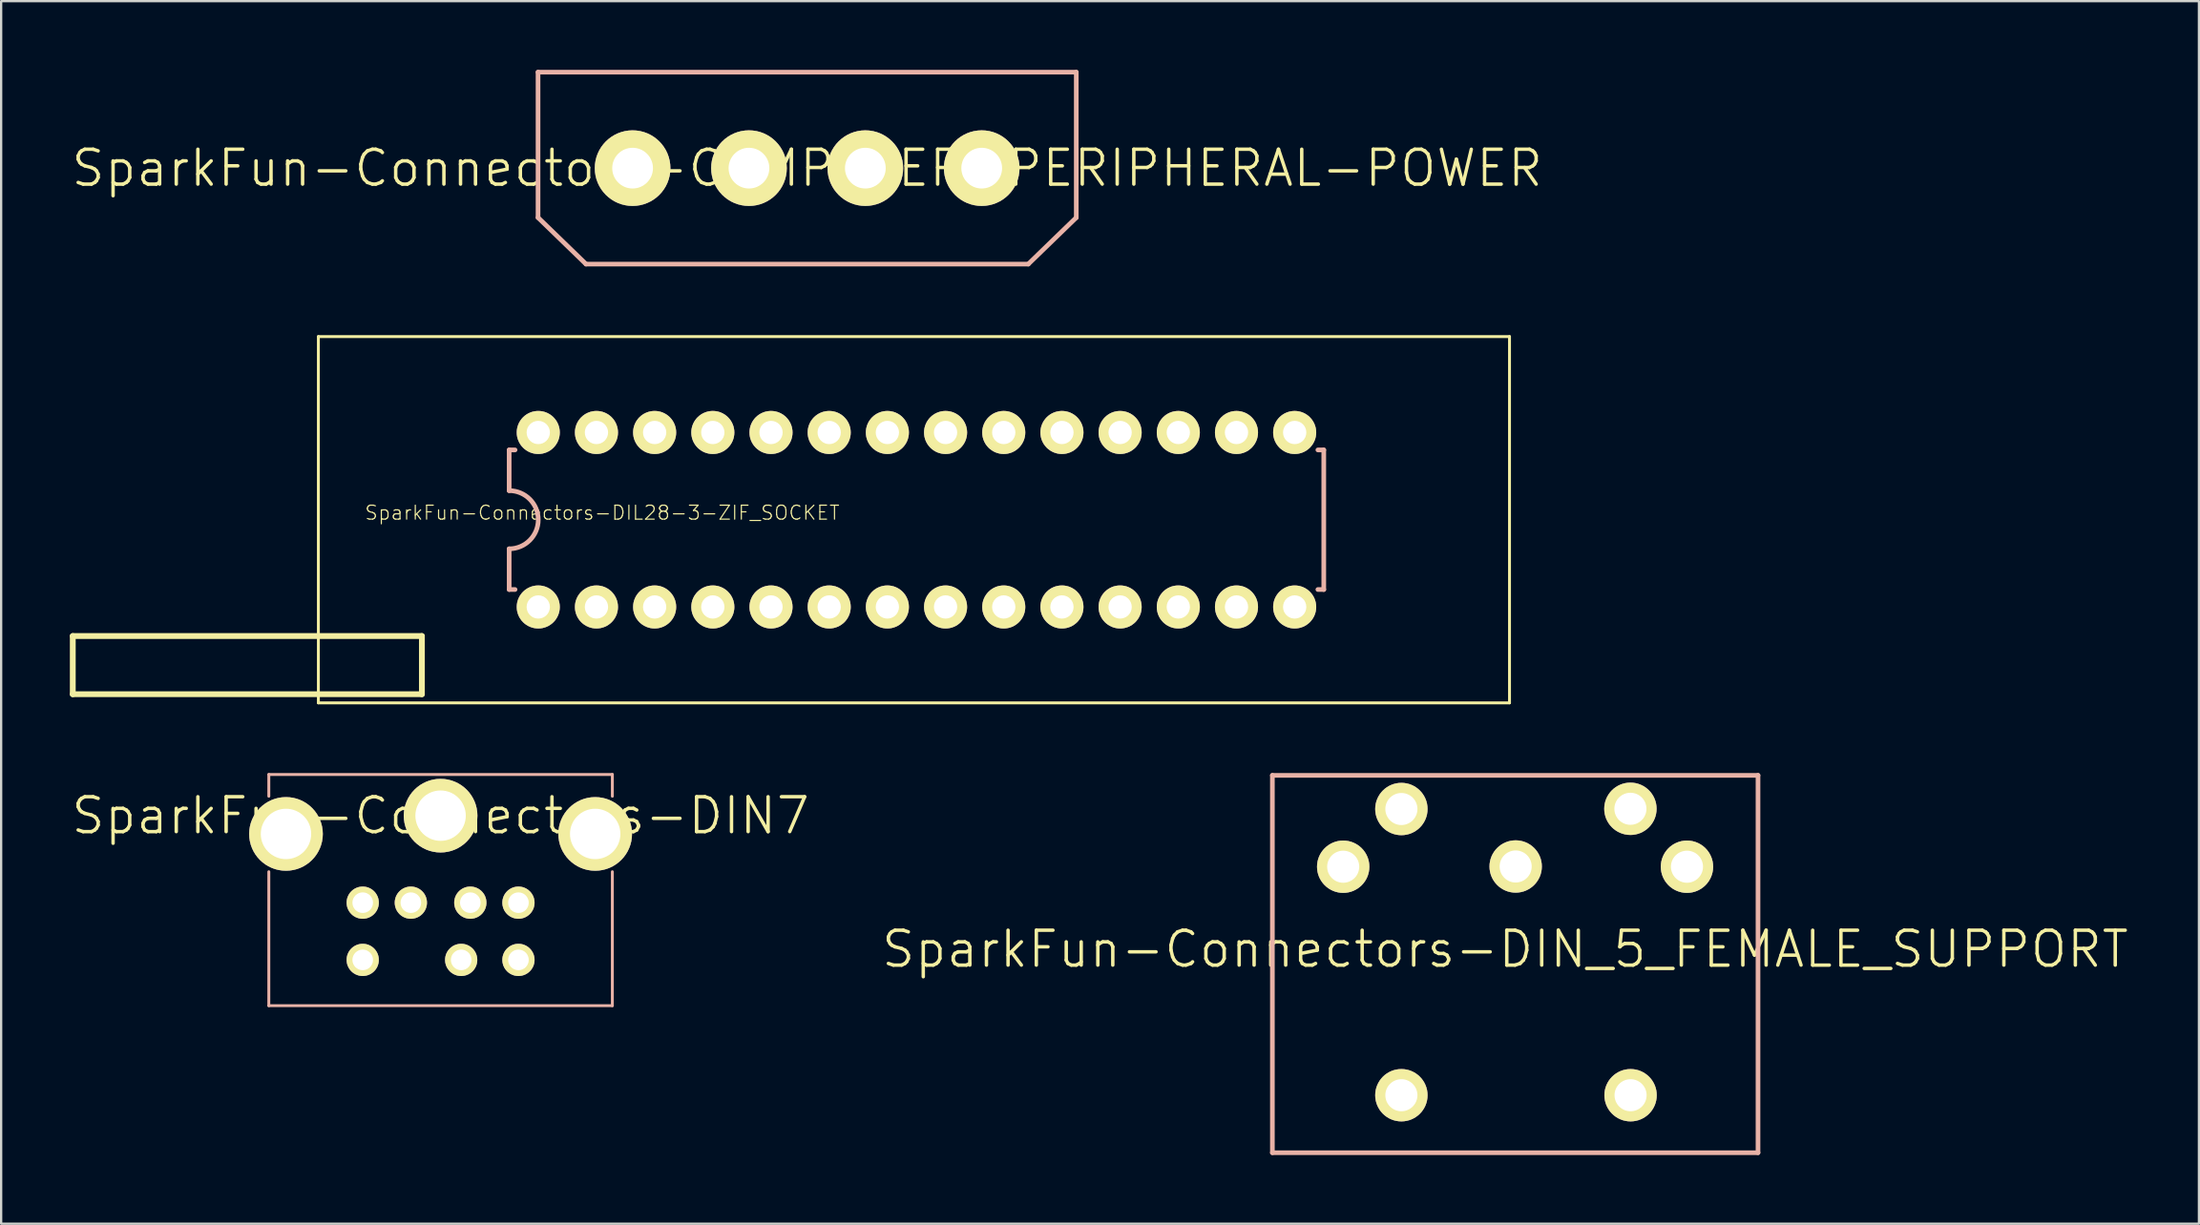
<source format=kicad_pcb>
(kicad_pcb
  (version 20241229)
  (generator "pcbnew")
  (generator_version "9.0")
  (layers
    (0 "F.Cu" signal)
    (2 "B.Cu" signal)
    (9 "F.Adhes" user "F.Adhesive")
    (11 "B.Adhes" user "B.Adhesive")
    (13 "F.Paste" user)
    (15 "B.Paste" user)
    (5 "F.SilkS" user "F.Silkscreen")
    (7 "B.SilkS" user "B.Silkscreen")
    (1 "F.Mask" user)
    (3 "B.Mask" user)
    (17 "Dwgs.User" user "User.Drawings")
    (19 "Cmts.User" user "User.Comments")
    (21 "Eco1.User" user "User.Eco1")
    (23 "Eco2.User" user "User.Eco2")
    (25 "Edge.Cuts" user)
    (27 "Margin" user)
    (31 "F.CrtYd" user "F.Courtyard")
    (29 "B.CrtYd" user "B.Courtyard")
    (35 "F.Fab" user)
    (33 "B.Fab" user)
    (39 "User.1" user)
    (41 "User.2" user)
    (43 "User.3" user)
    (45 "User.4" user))
  (footprint "SparkFun-Connectors-DIN7"
    (layer "F.Cu")
    (at 16.183 32.571)
    (property "Reference" "SparkFun-Connectors-DIN7" (at 0 0 0) (layer "F.SilkS") (effects (font (size 1.524 1.524) (thickness 0.15))))
    (attr exclude_from_pos_files exclude_from_bom)
    (fp_line (start -7.498 -1.798) (end -7.498 -0.848) (stroke (width 0.127) (type solid)) (layer "B.SilkS"))
    (fp_line (start -7.498 -1.798) (end 7.498 -1.798) (stroke (width 0.127) (type solid)) (layer "B.SilkS"))
    (fp_line (start -7.498 8.298) (end -7.498 2.449) (stroke (width 0.127) (type solid)) (layer "B.SilkS"))
    (fp_line (start -7.498 8.298) (end 7.498 8.298) (stroke (width 0.127) (type solid)) (layer "B.SilkS"))
    (fp_line (start 7.498 -1.798) (end 7.498 -0.848) (stroke (width 0.127) (type solid)) (layer "B.SilkS"))
    (fp_line (start 7.498 8.298) (end 7.498 2.449) (stroke (width 0.127) (type solid)) (layer "B.SilkS"))
    (pad "1" thru_hole circle (at 1.298 3.8) (size 1.407 1.407) (drill 0.899) (layers "*.Cu" "F.Mask" "F.SilkS" "F.Paste"))
    (pad "2" thru_hole circle (at -1.298 3.8) (size 1.407 1.407) (drill 0.899) (layers "*.Cu" "F.Mask" "F.SilkS" "F.Paste"))
    (pad "3" thru_hole circle (at -3.399 3.8) (size 1.407 1.407) (drill 0.899) (layers "*.Cu" "F.Mask" "F.SilkS" "F.Paste"))
    (pad "4" thru_hole circle (at 3.399 3.8) (size 1.407 1.407) (drill 0.899) (layers "*.Cu" "F.Mask" "F.SilkS" "F.Paste"))
    (pad "5" thru_hole circle (at -3.399 6.299) (size 1.407 1.407) (drill 0.899) (layers "*.Cu" "F.Mask" "F.SilkS" "F.Paste"))
    (pad "6" thru_hole circle (at 0.899 6.299) (size 1.407 1.407) (drill 0.899) (layers "*.Cu" "F.Mask" "F.SilkS" "F.Paste"))
    (pad "7" thru_hole circle (at 3.399 6.299) (size 1.407 1.407) (drill 0.899) (layers "*.Cu" "F.Mask" "F.SilkS" "F.Paste"))
    (pad "P$1" thru_hole circle (at 0 0) (size 3.216 3.216) (drill 2.2) (layers "*.Cu" "F.Mask" "F.SilkS" "F.Paste"))
    (pad "P$2" thru_hole circle (at -6.749 0.798) (size 3.216 3.216) (drill 2.2) (layers "*.Cu" "F.Mask" "F.SilkS" "F.Paste"))
    (pad "P$3" thru_hole circle (at 6.749 0.798) (size 3.216 3.216) (drill 2.2) (layers "*.Cu" "F.Mask" "F.SilkS" "F.Paste")))
  (footprint "SparkFun-Connectors-COMPUTER-PERIPHERAL-POWER"
    (layer "F.Cu")
    (at 32.185 4.293)
    (property "Reference" "SparkFun-Connectors-COMPUTER-PERIPHERAL-POWER" (at 0 0 0) (layer "F.SilkS") (effects (font (size 1.524 1.524) (thickness 0.15))))
    (attr exclude_from_pos_files exclude_from_bom)
    (fp_line (start -11.748 -4.191) (end 11.748 -4.191) (stroke (width 0.203) (type solid)) (layer "B.SilkS"))
    (fp_line (start -11.748 2.159) (end -11.748 -4.191) (stroke (width 0.203) (type solid)) (layer "B.SilkS"))
    (fp_line (start -9.652 4.191) (end -11.748 2.159) (stroke (width 0.203) (type solid)) (layer "B.SilkS"))
    (fp_line (start 9.652 4.191) (end -9.652 4.191) (stroke (width 0.203) (type solid)) (layer "B.SilkS"))
    (fp_line (start 11.748 -4.191) (end 11.748 2.159) (stroke (width 0.203) (type solid)) (layer "B.SilkS"))
    (fp_line (start 11.748 2.159) (end 9.652 4.191) (stroke (width 0.203) (type solid)) (layer "B.SilkS"))
    (pad "5V" thru_hole circle (at 7.62 0) (size 3.302 3.302) (drill 1.778) (layers "*.Cu" "F.Mask" "F.SilkS" "F.Paste"))
    (pad "12V" thru_hole circle (at -7.62 0) (size 3.302 3.302) (drill 1.778) (layers "*.Cu" "F.Mask" "F.SilkS" "F.Paste"))
    (pad "GND" thru_hole circle (at 2.54 0) (size 3.302 3.302) (drill 1.778) (layers "*.Cu" "F.Mask" "F.SilkS" "F.Paste"))
    (pad "NC" thru_hole circle (at -2.54 0) (size 3.302 3.302) (drill 1.778) (layers "*.Cu" "F.Mask" "F.SilkS" "F.Paste")))
  (footprint "SparkFun-Connectors-DIL28-3-ZIF_SOCKET"
    (layer "F.Cu")
    (at 36.957 19.647)
    (property "Reference" "SparkFun-Connectors-DIL28-3-ZIF_SOCKET" (at -13.716 -0.305 0) (layer "F.SilkS") (effects (font (size 0.61 0.61) (thickness 0.051))))
    (attr exclude_from_pos_files exclude_from_bom)
    (fp_line (start -36.83 5.08) (end -36.83 7.62) (stroke (width 0.254) (type solid)) (layer "F.SilkS"))
    (fp_line (start -36.83 7.62) (end -21.59 7.62) (stroke (width 0.254) (type solid)) (layer "F.SilkS"))
    (fp_line (start -26.109 -7.998) (end -26.109 7.998) (stroke (width 0.127) (type solid)) (layer "F.SilkS"))
    (fp_line (start -26.109 7.998) (end 25.888 7.998) (stroke (width 0.127) (type solid)) (layer "F.SilkS"))
    (fp_line (start -21.59 5.08) (end -36.83 5.08) (stroke (width 0.254) (type solid)) (layer "F.SilkS"))
    (fp_line (start -21.59 7.62) (end -21.59 5.08) (stroke (width 0.254) (type solid)) (layer "F.SilkS"))
    (fp_line (start 25.888 -7.998) (end -26.109 -7.998) (stroke (width 0.127) (type solid)) (layer "F.SilkS"))
    (fp_line (start 25.888 7.998) (end 25.888 -7.998) (stroke (width 0.127) (type solid)) (layer "F.SilkS"))
    (fp_line (start -17.78 -3.048) (end -17.78 -1.27) (stroke (width 0.203) (type solid)) (layer "B.SilkS"))
    (fp_line (start -17.78 -3.048) (end -17.523 -3.048) (stroke (width 0.203) (type solid)) (layer "B.SilkS"))
    (fp_line (start -17.78 1.27) (end -17.78 3.048) (stroke (width 0.203) (type solid)) (layer "B.SilkS"))
    (fp_line (start -17.78 3.048) (end -17.523 3.048) (stroke (width 0.203) (type solid)) (layer "B.SilkS"))
    (fp_line (start 17.78 -3.048) (end 17.523 -3.048) (stroke (width 0.203) (type solid)) (layer "B.SilkS"))
    (fp_line (start 17.78 3.048) (end 17.523 3.048) (stroke (width 0.203) (type solid)) (layer "B.SilkS"))
    (fp_line (start 17.78 3.048) (end 17.78 -3.048) (stroke (width 0.203) (type solid)) (layer "B.SilkS"))
    (fp_arc (start -17.78 -1.27) (mid -16.51 0) (end -17.78 1.27) (stroke (width 0.2032) (type solid)) (layer "B.SilkS"))
    (pad "1" thru_hole circle (at -16.51 3.81) (size 1.88 1.88) (drill 1.016) (layers "*.Cu" "F.Mask" "F.SilkS" "F.Paste"))
    (pad "2" thru_hole circle (at -13.97 3.81) (size 1.88 1.88) (drill 1.016) (layers "*.Cu" "F.Mask" "F.SilkS" "F.Paste"))
    (pad "3" thru_hole circle (at -11.43 3.81) (size 1.88 1.88) (drill 1.016) (layers "*.Cu" "F.Mask" "F.SilkS" "F.Paste"))
    (pad "4" thru_hole circle (at -8.89 3.81) (size 1.88 1.88) (drill 1.016) (layers "*.Cu" "F.Mask" "F.SilkS" "F.Paste"))
    (pad "5" thru_hole circle (at -6.35 3.81) (size 1.88 1.88) (drill 1.016) (layers "*.Cu" "F.Mask" "F.SilkS" "F.Paste"))
    (pad "6" thru_hole circle (at -3.81 3.81) (size 1.88 1.88) (drill 1.016) (layers "*.Cu" "F.Mask" "F.SilkS" "F.Paste"))
    (pad "7" thru_hole circle (at -1.27 3.81) (size 1.88 1.88) (drill 1.016) (layers "*.Cu" "F.Mask" "F.SilkS" "F.Paste"))
    (pad "8" thru_hole circle (at 1.27 3.81) (size 1.88 1.88) (drill 1.016) (layers "*.Cu" "F.Mask" "F.SilkS" "F.Paste"))
    (pad "9" thru_hole circle (at 3.81 3.81) (size 1.88 1.88) (drill 1.016) (layers "*.Cu" "F.Mask" "F.SilkS" "F.Paste"))
    (pad "10" thru_hole circle (at 6.35 3.81) (size 1.88 1.88) (drill 1.016) (layers "*.Cu" "F.Mask" "F.SilkS" "F.Paste"))
    (pad "11" thru_hole circle (at 8.89 3.81) (size 1.88 1.88) (drill 1.016) (layers "*.Cu" "F.Mask" "F.SilkS" "F.Paste"))
    (pad "12" thru_hole circle (at 11.43 3.81) (size 1.88 1.88) (drill 1.016) (layers "*.Cu" "F.Mask" "F.SilkS" "F.Paste"))
    (pad "13" thru_hole circle (at 13.97 3.81) (size 1.88 1.88) (drill 1.016) (layers "*.Cu" "F.Mask" "F.SilkS" "F.Paste"))
    (pad "14" thru_hole circle (at 16.51 3.81) (size 1.88 1.88) (drill 1.016) (layers "*.Cu" "F.Mask" "F.SilkS" "F.Paste"))
    (pad "15" thru_hole circle (at 16.51 -3.81) (size 1.88 1.88) (drill 1.016) (layers "*.Cu" "F.Mask" "F.SilkS" "F.Paste"))
    (pad "16" thru_hole circle (at 13.97 -3.81) (size 1.88 1.88) (drill 1.016) (layers "*.Cu" "F.Mask" "F.SilkS" "F.Paste"))
    (pad "17" thru_hole circle (at 11.43 -3.81) (size 1.88 1.88) (drill 1.016) (layers "*.Cu" "F.Mask" "F.SilkS" "F.Paste"))
    (pad "18" thru_hole circle (at 8.89 -3.81) (size 1.88 1.88) (drill 1.016) (layers "*.Cu" "F.Mask" "F.SilkS" "F.Paste"))
    (pad "19" thru_hole circle (at 6.35 -3.81) (size 1.88 1.88) (drill 1.016) (layers "*.Cu" "F.Mask" "F.SilkS" "F.Paste"))
    (pad "20" thru_hole circle (at 3.81 -3.81) (size 1.88 1.88) (drill 1.016) (layers "*.Cu" "F.Mask" "F.SilkS" "F.Paste"))
    (pad "21" thru_hole circle (at 1.27 -3.81) (size 1.88 1.88) (drill 1.016) (layers "*.Cu" "F.Mask" "F.SilkS" "F.Paste"))
    (pad "22" thru_hole circle (at -1.27 -3.81) (size 1.88 1.88) (drill 1.016) (layers "*.Cu" "F.Mask" "F.SilkS" "F.Paste"))
    (pad "23" thru_hole circle (at -3.81 -3.81) (size 1.88 1.88) (drill 1.016) (layers "*.Cu" "F.Mask" "F.SilkS" "F.Paste"))
    (pad "24" thru_hole circle (at -6.35 -3.81) (size 1.88 1.88) (drill 1.016) (layers "*.Cu" "F.Mask" "F.SilkS" "F.Paste"))
    (pad "25" thru_hole circle (at -8.89 -3.81) (size 1.88 1.88) (drill 1.016) (layers "*.Cu" "F.Mask" "F.SilkS" "F.Paste"))
    (pad "26" thru_hole circle (at -11.43 -3.81) (size 1.88 1.88) (drill 1.016) (layers "*.Cu" "F.Mask" "F.SilkS" "F.Paste"))
    (pad "27" thru_hole circle (at -13.97 -3.81) (size 1.88 1.88) (drill 1.016) (layers "*.Cu" "F.Mask" "F.SilkS" "F.Paste"))
    (pad "28" thru_hole circle (at -16.51 -3.81) (size 1.88 1.88) (drill 1.016) (layers "*.Cu" "F.Mask" "F.SilkS" "F.Paste")))
  (footprint "SparkFun-Connectors-DIN_5_FEMALE_SUPPORT"
    (layer "F.Cu")
    (at 62.654 38.4)
    (property "Reference" "SparkFun-Connectors-DIN_5_FEMALE_SUPPORT" (at 0 0 0) (layer "F.SilkS") (effects (font (size 1.524 1.524) (thickness 0.15))))
    (attr exclude_from_pos_files exclude_from_bom)
    (fp_line (start 0.439 -3.599) (end 0.46 -3.599) (stroke (width 0.089) (type solid)) (layer "F.SilkS"))
    (fp_line (start -10.16 -7.59) (end -10.16 8.89) (stroke (width 0.203) (type solid)) (layer "B.SilkS"))
    (fp_line (start -10.16 8.89) (end 11.039 8.89) (stroke (width 0.203) (type solid)) (layer "B.SilkS"))
    (fp_line (start 11.039 -7.59) (end -10.16 -7.59) (stroke (width 0.203) (type solid)) (layer "B.SilkS"))
    (fp_line (start 11.039 8.89) (end 11.039 -7.59) (stroke (width 0.203) (type solid)) (layer "B.SilkS"))
    (pad "1" thru_hole circle (at 7.938 -3.599) (size 2.286 2.286) (drill 1.4) (layers "*.Cu" "F.Mask" "F.SilkS" "F.Paste"))
    (pad "2" thru_hole circle (at 0.46 -3.609) (size 2.286 2.286) (drill 1.4) (layers "*.Cu" "F.Mask" "F.SilkS" "F.Paste"))
    (pad "3" thru_hole circle (at -7.069 -3.599) (size 2.286 2.286) (drill 1.4) (layers "*.Cu" "F.Mask" "F.SilkS" "F.Paste"))
    (pad "4" thru_hole circle (at 5.469 -6.129) (size 2.286 2.286) (drill 1.4) (layers "*.Cu" "F.Mask" "F.SilkS" "F.Paste"))
    (pad "5" thru_hole circle (at -4.529 -6.119) (size 2.286 2.286) (drill 1.4) (layers "*.Cu" "F.Mask" "F.SilkS" "F.Paste"))
    (pad "6" thru_hole circle (at -4.529 6.38) (size 2.286 2.286) (drill 1.4) (layers "*.Cu" "F.Mask" "F.SilkS" "F.Paste"))
    (pad "7" thru_hole circle (at 5.476 6.38) (size 2.286 2.286) (drill 1.4) (layers "*.Cu" "F.Mask" "F.SilkS" "F.Paste")))
  (gr_rect
    (start -3 -3)
    (end 92.941 50.392)
    (stroke (width 0.1) (type default))
    (fill no)
    (layer "Edge.Cuts")))
</source>
